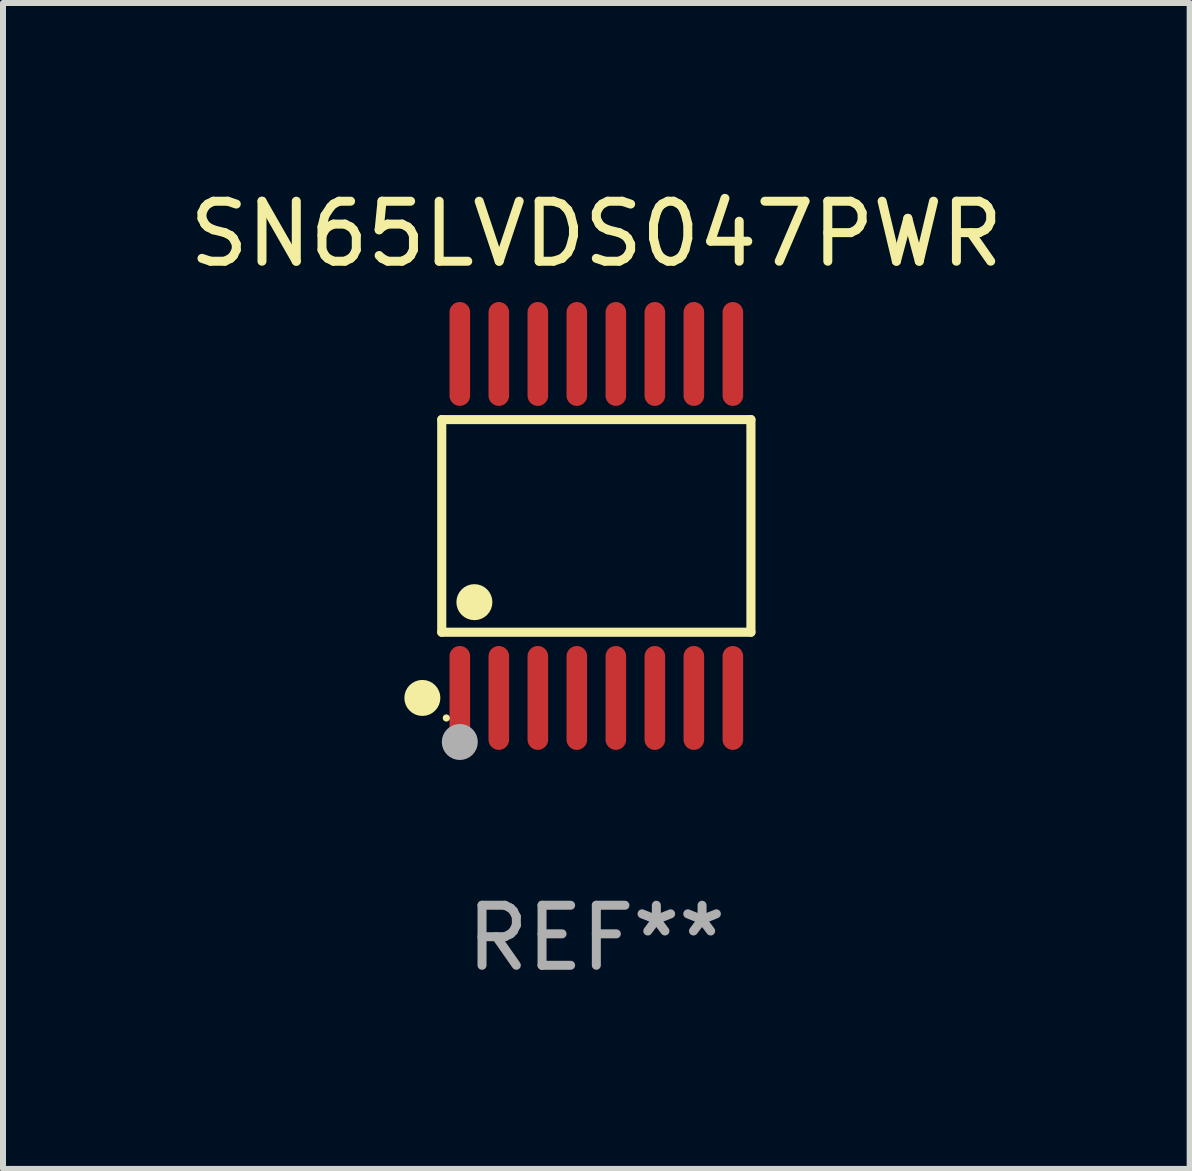
<source format=kicad_pcb>
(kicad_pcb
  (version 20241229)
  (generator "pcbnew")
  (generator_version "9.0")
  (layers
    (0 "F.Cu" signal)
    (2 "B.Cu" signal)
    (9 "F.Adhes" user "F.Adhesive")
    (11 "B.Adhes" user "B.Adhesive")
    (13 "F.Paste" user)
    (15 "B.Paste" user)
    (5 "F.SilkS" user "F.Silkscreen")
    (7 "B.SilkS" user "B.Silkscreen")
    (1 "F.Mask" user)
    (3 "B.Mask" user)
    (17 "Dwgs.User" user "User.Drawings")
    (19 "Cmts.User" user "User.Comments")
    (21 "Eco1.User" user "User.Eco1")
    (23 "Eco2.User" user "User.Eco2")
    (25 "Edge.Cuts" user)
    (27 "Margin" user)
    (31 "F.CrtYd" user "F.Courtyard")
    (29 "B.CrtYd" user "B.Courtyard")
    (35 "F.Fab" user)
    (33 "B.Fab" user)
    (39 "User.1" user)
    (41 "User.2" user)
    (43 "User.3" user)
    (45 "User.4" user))
  (footprint "SN65LVDS047PWR"
    (layer "F.Cu")
    (at 6.887 5.714)
    (property "Reference" "SN65LVDS047PWR" (at 0 -4.866 0) (layer "F.SilkS") (effects (font (size 1 1) (thickness 0.15))))
    (attr through_hole)
    (fp_line (start -2.576 -1.772) (end 2.576 -1.772) (stroke (width 0.152) (type solid)) (layer "F.SilkS"))
    (fp_line (start -2.576 1.771) (end -2.576 -1.772) (stroke (width 0.152) (type solid)) (layer "F.SilkS"))
    (fp_line (start 2.576 -1.772) (end 2.576 1.771) (stroke (width 0.152) (type solid)) (layer "F.SilkS"))
    (fp_line (start 2.576 1.771) (end -2.576 1.771) (stroke (width 0.152) (type solid)) (layer "F.SilkS"))
    (fp_circle (center -2.899 2.866) (end -2.749 2.866) (stroke (width 0.3) (type solid)) (fill no) (layer "F.SilkS"))
    (fp_circle (center -2.5 3.2) (end -2.47 3.2) (stroke (width 0.06) (type solid)) (fill no) (layer "F.SilkS"))
    (fp_circle (center -2.032 1.27) (end -1.882 1.27) (stroke (width 0.3) (type solid)) (fill no) (layer "F.SilkS"))
    (fp_circle (center -2.275 3.6) (end -2.125 3.6) (stroke (width 0.3) (type solid)) (fill no) (layer "F.Fab"))
    (fp_text user "REF**" (at 0 6.866 0) (layer "F.Fab") (effects (font (size 1 1) (thickness 0.15))))
    (pad "1" smd oval (at -2.275 2.866) (size 0.343 1.731) (layers "F.Cu" "F.Mask" "F.Paste"))
    (pad "2" smd oval (at -1.625 2.866) (size 0.343 1.731) (layers "F.Cu" "F.Mask" "F.Paste"))
    (pad "3" smd oval (at -0.975 2.866) (size 0.343 1.731) (layers "F.Cu" "F.Mask" "F.Paste"))
    (pad "4" smd oval (at -0.325 2.866) (size 0.343 1.731) (layers "F.Cu" "F.Mask" "F.Paste"))
    (pad "5" smd oval (at 0.325 2.866) (size 0.343 1.731) (layers "F.Cu" "F.Mask" "F.Paste"))
    (pad "6" smd oval (at 0.975 2.866) (size 0.343 1.731) (layers "F.Cu" "F.Mask" "F.Paste"))
    (pad "7" smd oval (at 1.625 2.866) (size 0.343 1.731) (layers "F.Cu" "F.Mask" "F.Paste"))
    (pad "8" smd oval (at 2.275 2.866) (size 0.343 1.731) (layers "F.Cu" "F.Mask" "F.Paste"))
    (pad "9" smd oval (at 2.275 -2.866) (size 0.343 1.731) (layers "F.Cu" "F.Mask" "F.Paste"))
    (pad "10" smd oval (at 1.625 -2.866) (size 0.343 1.731) (layers "F.Cu" "F.Mask" "F.Paste"))
    (pad "11" smd oval (at 0.975 -2.866) (size 0.343 1.731) (layers "F.Cu" "F.Mask" "F.Paste"))
    (pad "12" smd oval (at 0.325 -2.866) (size 0.343 1.731) (layers "F.Cu" "F.Mask" "F.Paste"))
    (pad "13" smd oval (at -0.325 -2.866) (size 0.343 1.731) (layers "F.Cu" "F.Mask" "F.Paste"))
    (pad "14" smd oval (at -0.975 -2.866) (size 0.343 1.731) (layers "F.Cu" "F.Mask" "F.Paste"))
    (pad "15" smd oval (at -1.625 -2.866) (size 0.343 1.731) (layers "F.Cu" "F.Mask" "F.Paste"))
    (pad "16" smd oval (at -2.275 -2.866) (size 0.343 1.731) (layers "F.Cu" "F.Mask" "F.Paste")))
  (gr_rect
    (start -3 -3)
    (end 16.774 16.428)
    (stroke (width 0.1) (type default))
    (fill no)
    (layer "Edge.Cuts")))
</source>
